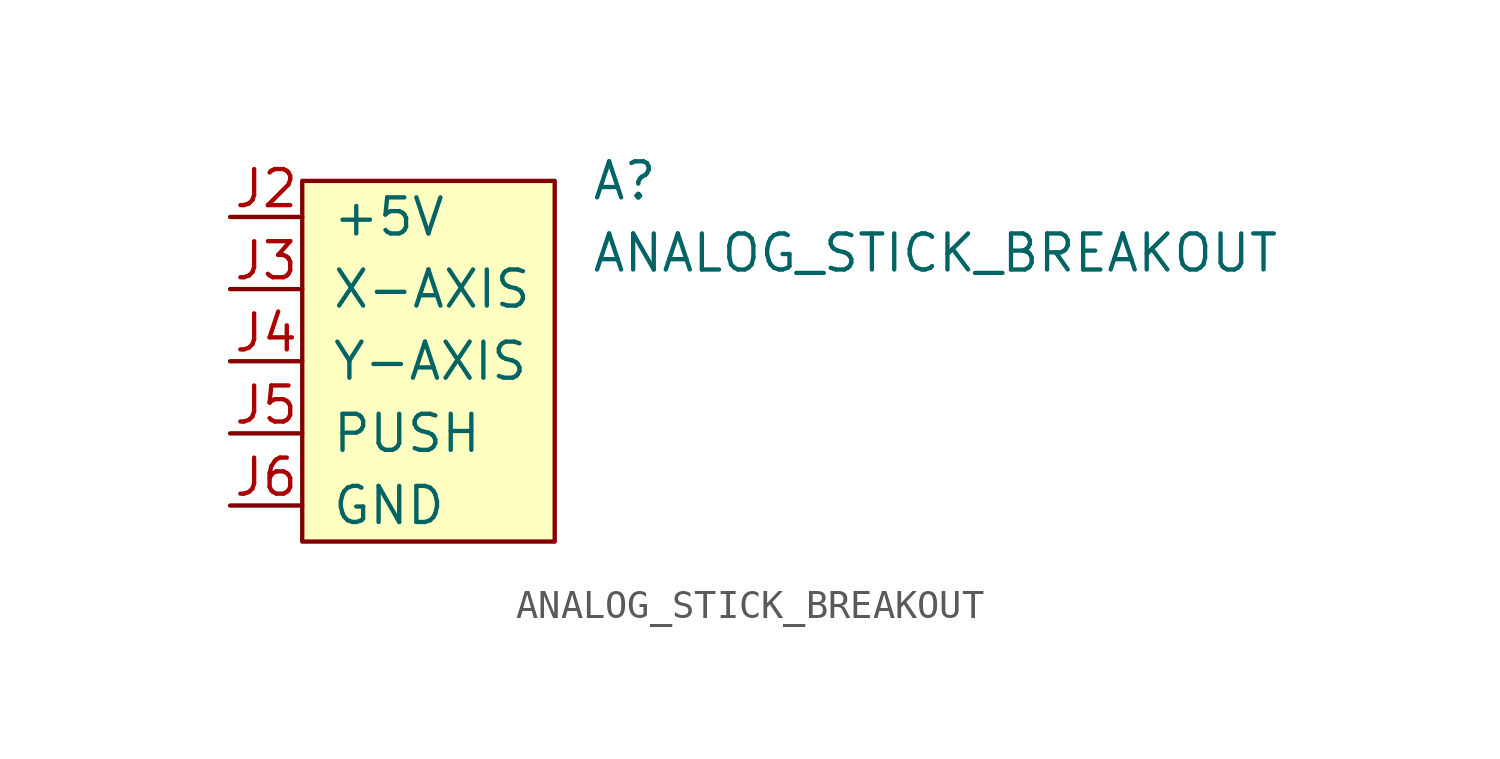
<source format=kicad_sym>
(kicad_symbol_lib
  (version 20211014)
  (generator kicad_symbol_editor)
  (symbol "ANALOG_STICK_BREAKOUT"
    (pin_names
      (offset 1.016))
    (property "Reference" "A"
      (at 10.16 6.35 0)
      (effects (font (size 1.27 1.27)) (justify left)))
    (property "Value" "ANALOG_STICK_BREAKOUT"
      (at 10.16 3.81 0)
      (effects (font (size 1.27 1.27)) (justify left)))
    (symbol "ANALOG_STICK_BREAKOUT_0_0"
      (pin power_in line (at -2.54 5.08 0) (length 2.54) (name "+5V" (effects (font (size 1.27 1.27)))) (number "J2" (effects (font (size 1.27 1.27)))))
      (pin output line (at -2.54 2.54 0) (length 2.54) (name "X-AXIS" (effects (font (size 1.27 1.27)))) (number "J3" (effects (font (size 1.27 1.27)))))
      (pin output line (at -2.54 0 0) (length 2.54) (name "Y-AXIS" (effects (font (size 1.27 1.27)))) (number "J4" (effects (font (size 1.27 1.27)))))
      (pin output line (at -2.54 -2.54 0) (length 2.54) (name "PUSH" (effects (font (size 1.27 1.27)))) (number "J5" (effects (font (size 1.27 1.27)))))
      (pin power_in line (at -2.54 -5.08 0) (length 2.54) (name "GND" (effects (font (size 1.27 1.27)))) (number "J6" (effects (font (size 1.27 1.27))))))
    (symbol "ANALOG_STICK_BREAKOUT_0_1"
      (rectangle (start 0 6.35) (end 8.89 -6.35) (stroke (width 0) (type default) (color 0 0 0 0)) (fill (type background))))))
</source>
